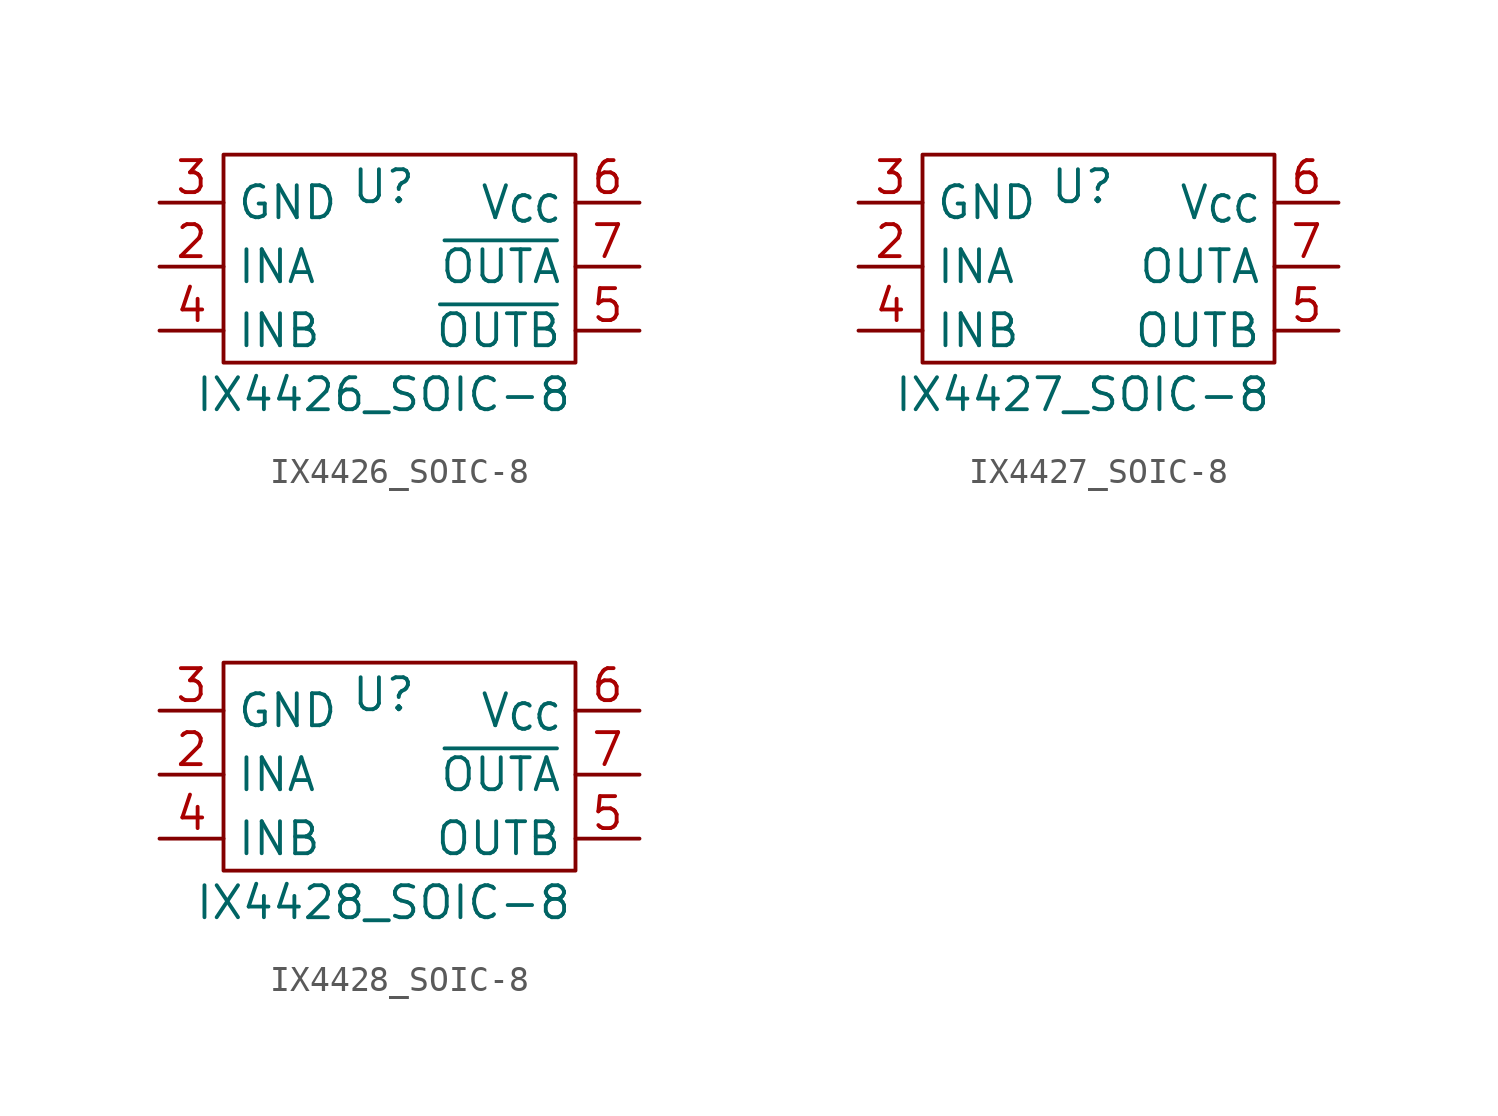
<source format=kicad_sym>
(kicad_symbol_lib
  (version 20231120)
  (generator "kicad_symbol_editor")
  (generator_version "8.0")
  (symbol "IX4426_SOIC-8"
    (property "Reference" "U"
      (at -1.27 3.175 0)
      (effects (font (size 1.27 1.27))))
    (property "Value" "IX4426_SOIC-8"
      (at -1.27 -5.08 0)
      (effects (font (size 1.27 1.27))))
    (symbol "IX4426_SOIC-8_0_1"
      (rectangle (start -7.62 4.445) (end 6.35 -3.81) (stroke (width 0) (type default)) (fill (type none))))
    (symbol "IX4426_SOIC-8_1_1"
      (pin input line (at -10.16 5.08 0) (length 2.54) hide (name "NC" (effects (font (size 1.27 1.27)))) (number "1" (effects (font (size 1.27 1.27)))))
      (pin input line (at -10.16 0 0) (length 2.54) (name "INA" (effects (font (size 1.27 1.27)))) (number "2" (effects (font (size 1.27 1.27)))))
      (pin input line (at -10.16 2.54 0) (length 2.54) (name "GND" (effects (font (size 1.27 1.27)))) (number "3" (effects (font (size 1.27 1.27)))))
      (pin input line (at -10.16 -2.54 0) (length 2.54) (name "INB" (effects (font (size 1.27 1.27)))) (number "4" (effects (font (size 1.27 1.27)))))
      (pin input line (at 8.89 -2.54 180) (length 2.54) (name "~{OUTB}" (effects (font (size 1.27 1.27)))) (number "5" (effects (font (size 1.27 1.27)))))
      (pin input line (at 8.89 2.54 180) (length 2.54) (name "V_{CC}" (effects (font (size 1.27 1.27)))) (number "6" (effects (font (size 1.27 1.27)))))
      (pin input line (at 8.89 0 180) (length 2.54) (name "~{OUTA}" (effects (font (size 1.27 1.27)))) (number "7" (effects (font (size 1.27 1.27)))))
      (pin input line (at 8.89 5.08 180) (length 2.54) hide (name "NC" (effects (font (size 1.27 1.27)))) (number "8" (effects (font (size 1.27 1.27)))))))
  (symbol "IX4427_SOIC-8"
    (property "Reference" "U"
      (at -1.27 3.175 0)
      (effects (font (size 1.27 1.27))))
    (property "Value" "IX4427_SOIC-8"
      (at -1.27 -5.08 0)
      (effects (font (size 1.27 1.27))))
    (symbol "IX4427_SOIC-8_0_1"
      (rectangle (start -7.62 4.445) (end 6.35 -3.81) (stroke (width 0) (type default)) (fill (type none))))
    (symbol "IX4427_SOIC-8_1_1"
      (pin input line (at -10.16 5.08 0) (length 2.54) hide (name "NC" (effects (font (size 1.27 1.27)))) (number "1" (effects (font (size 1.27 1.27)))))
      (pin input line (at -10.16 0 0) (length 2.54) (name "INA" (effects (font (size 1.27 1.27)))) (number "2" (effects (font (size 1.27 1.27)))))
      (pin input line (at -10.16 2.54 0) (length 2.54) (name "GND" (effects (font (size 1.27 1.27)))) (number "3" (effects (font (size 1.27 1.27)))))
      (pin input line (at -10.16 -2.54 0) (length 2.54) (name "INB" (effects (font (size 1.27 1.27)))) (number "4" (effects (font (size 1.27 1.27)))))
      (pin input line (at 8.89 -2.54 180) (length 2.54) (name "OUTB" (effects (font (size 1.27 1.27)))) (number "5" (effects (font (size 1.27 1.27)))))
      (pin input line (at 8.89 2.54 180) (length 2.54) (name "V_{CC}" (effects (font (size 1.27 1.27)))) (number "6" (effects (font (size 1.27 1.27)))))
      (pin input line (at 8.89 0 180) (length 2.54) (name "OUTA" (effects (font (size 1.27 1.27)))) (number "7" (effects (font (size 1.27 1.27)))))
      (pin input line (at 8.89 5.08 180) (length 2.54) hide (name "NC" (effects (font (size 1.27 1.27)))) (number "8" (effects (font (size 1.27 1.27)))))))
  (symbol "IX4428_SOIC-8"
    (property "Reference" "U"
      (at -1.27 3.175 0)
      (effects (font (size 1.27 1.27))))
    (property "Value" "IX4428_SOIC-8"
      (at -1.27 -5.08 0)
      (effects (font (size 1.27 1.27))))
    (symbol "IX4428_SOIC-8_0_1"
      (rectangle (start -7.62 4.445) (end 6.35 -3.81) (stroke (width 0) (type default)) (fill (type none))))
    (symbol "IX4428_SOIC-8_1_1"
      (pin input line (at -10.16 5.08 0) (length 2.54) hide (name "NC" (effects (font (size 1.27 1.27)))) (number "1" (effects (font (size 1.27 1.27)))))
      (pin input line (at -10.16 0 0) (length 2.54) (name "INA" (effects (font (size 1.27 1.27)))) (number "2" (effects (font (size 1.27 1.27)))))
      (pin input line (at -10.16 2.54 0) (length 2.54) (name "GND" (effects (font (size 1.27 1.27)))) (number "3" (effects (font (size 1.27 1.27)))))
      (pin input line (at -10.16 -2.54 0) (length 2.54) (name "INB" (effects (font (size 1.27 1.27)))) (number "4" (effects (font (size 1.27 1.27)))))
      (pin input line (at 8.89 -2.54 180) (length 2.54) (name "OUTB" (effects (font (size 1.27 1.27)))) (number "5" (effects (font (size 1.27 1.27)))))
      (pin input line (at 8.89 2.54 180) (length 2.54) (name "V_{CC}" (effects (font (size 1.27 1.27)))) (number "6" (effects (font (size 1.27 1.27)))))
      (pin input line (at 8.89 0 180) (length 2.54) (name "~{OUTA}" (effects (font (size 1.27 1.27)))) (number "7" (effects (font (size 1.27 1.27)))))
      (pin input line (at 8.89 5.08 180) (length 2.54) hide (name "NC" (effects (font (size 1.27 1.27)))) (number "8" (effects (font (size 1.27 1.27))))))))
</source>
